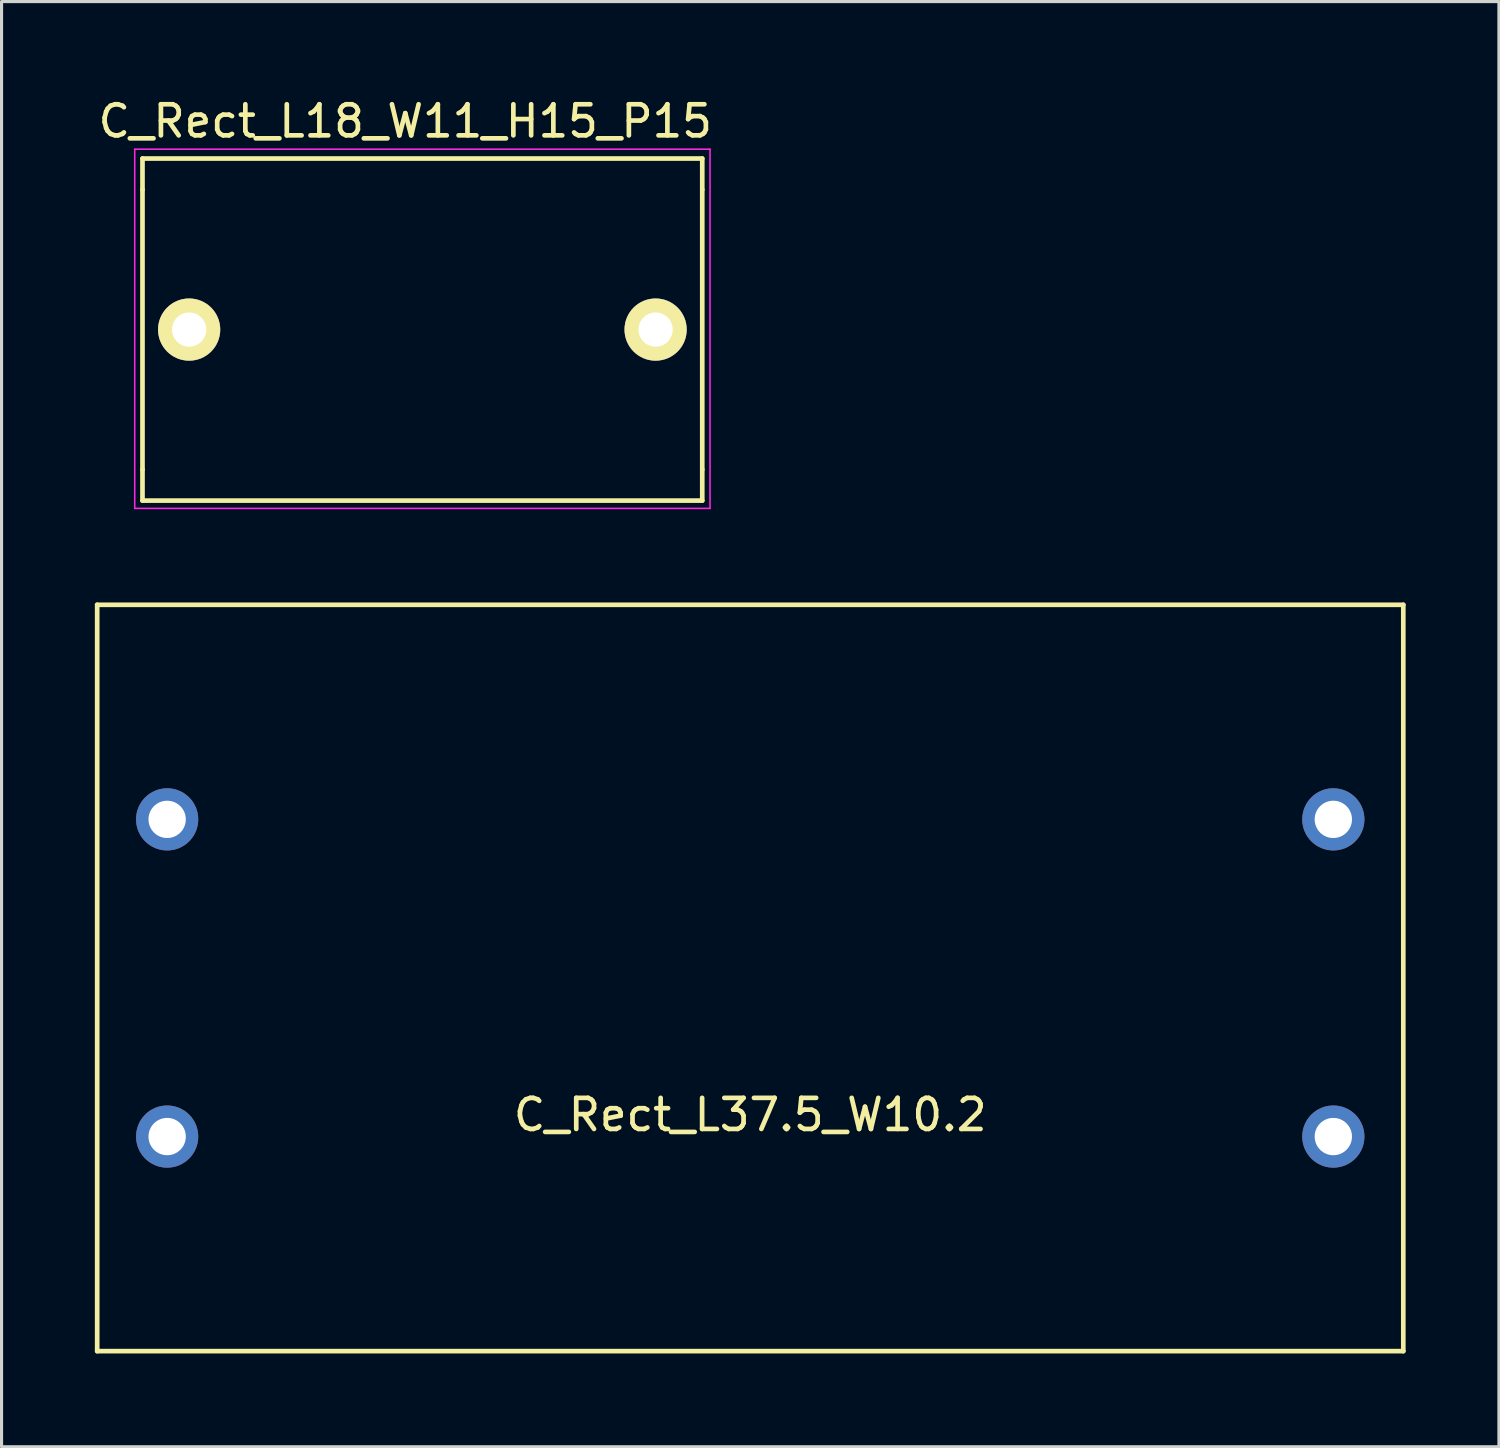
<source format=kicad_pcb>
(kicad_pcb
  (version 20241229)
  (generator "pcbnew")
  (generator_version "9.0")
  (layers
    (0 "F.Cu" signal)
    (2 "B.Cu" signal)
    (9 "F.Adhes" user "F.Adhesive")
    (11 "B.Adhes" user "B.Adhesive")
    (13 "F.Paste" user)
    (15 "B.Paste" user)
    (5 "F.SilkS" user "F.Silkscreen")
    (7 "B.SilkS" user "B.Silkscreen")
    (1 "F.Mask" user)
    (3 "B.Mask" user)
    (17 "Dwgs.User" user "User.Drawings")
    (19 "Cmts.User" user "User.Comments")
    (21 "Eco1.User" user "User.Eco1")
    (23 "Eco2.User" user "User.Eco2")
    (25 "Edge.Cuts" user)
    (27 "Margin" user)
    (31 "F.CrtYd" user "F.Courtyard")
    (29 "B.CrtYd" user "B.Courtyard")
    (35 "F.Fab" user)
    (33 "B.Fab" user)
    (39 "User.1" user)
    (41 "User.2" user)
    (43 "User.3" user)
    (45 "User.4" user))
  (footprint "C_Rect_L37.5_W10.2"
    (layer "F.Cu")
    (at 21.075 28.398)
    (property "Reference" "C_Rect_L37.5_W10.2" (at 0 4.4 0) (layer "F.SilkS") (effects (font (size 1 1) (thickness 0.15))))
    (attr through_hole)
    (fp_line (start -21 -12) (end -21 12) (stroke (width 0.15) (type solid)) (layer "F.SilkS"))
    (fp_line (start -21 12) (end 21 12) (stroke (width 0.15) (type solid)) (layer "F.SilkS"))
    (fp_line (start 21 -12) (end -21 -12) (stroke (width 0.15) (type solid)) (layer "F.SilkS"))
    (fp_line (start 21 12) (end 21 -12) (stroke (width 0.15) (type solid)) (layer "F.SilkS"))
    (pad "1" thru_hole circle (at -18.75 -5.1) (size 2 2) (drill 1.2) (layers "*.Cu" "*.Mask"))
    (pad "1" thru_hole circle (at -18.75 5.1) (size 2 2) (drill 1.2) (layers "*.Cu" "*.Mask"))
    (pad "2" thru_hole circle (at 18.75 -5.1) (size 2 2) (drill 1.2) (layers "*.Cu" "*.Mask"))
    (pad "2" thru_hole circle (at 18.75 5.1) (size 2 2) (drill 1.2) (layers "*.Cu" "*.Mask")))
  (footprint "C_Rect_L18_W11_H15_P15"
    (layer "F.Cu")
    (at 10.532 7.548)
    (property "Reference" "C_Rect_L18_W11_H15_P15" (at -0.55 -6.7 0) (layer "F.SilkS") (effects (font (size 1 1) (thickness 0.15))))
    (attr through_hole)
    (fp_line (start -9 -5.5) (end 9 -5.5) (stroke (width 0.15) (type solid)) (layer "F.SilkS"))
    (fp_line (start -9 -4.5) (end -9 -5.5) (stroke (width 0.15) (type solid)) (layer "F.SilkS"))
    (fp_line (start -9 4.5) (end -9 -4.5) (stroke (width 0.15) (type solid)) (layer "F.SilkS"))
    (fp_line (start -9 4.5) (end -9 5.5) (stroke (width 0.15) (type solid)) (layer "F.SilkS"))
    (fp_line (start -9 5.5) (end 9 5.5) (stroke (width 0.15) (type solid)) (layer "F.SilkS"))
    (fp_line (start 9 -5.5) (end 9 -4.5) (stroke (width 0.15) (type solid)) (layer "F.SilkS"))
    (fp_line (start 9 -4.5) (end 9 4.5) (stroke (width 0.15) (type solid)) (layer "F.SilkS"))
    (fp_line (start 9 5.5) (end 9 4.5) (stroke (width 0.15) (type solid)) (layer "F.SilkS"))
    (fp_line (start -9.25 -5.8) (end 9.25 -5.8) (stroke (width 0.05) (type solid)) (layer "F.CrtYd"))
    (fp_line (start -9.25 5.75) (end -9.25 -5.8) (stroke (width 0.05) (type solid)) (layer "F.CrtYd"))
    (fp_line (start 9.25 -5.8) (end 9.25 5.75) (stroke (width 0.05) (type solid)) (layer "F.CrtYd"))
    (fp_line (start 9.25 5.75) (end -9.25 5.75) (stroke (width 0.05) (type solid)) (layer "F.CrtYd"))
    (pad "1" thru_hole oval (at -7.5 0) (size 2 2) (drill 1.1) (layers "*.Cu" "*.Mask" "F.SilkS"))
    (pad "2" thru_hole circle (at 7.5 0) (size 2 2) (drill 1.1) (layers "*.Cu" "*.Mask" "F.SilkS")))
  (gr_rect
    (start -3 -3)
    (end 45.15 43.473)
    (stroke (width 0.1) (type default))
    (fill no)
    (layer "Edge.Cuts")))
</source>
